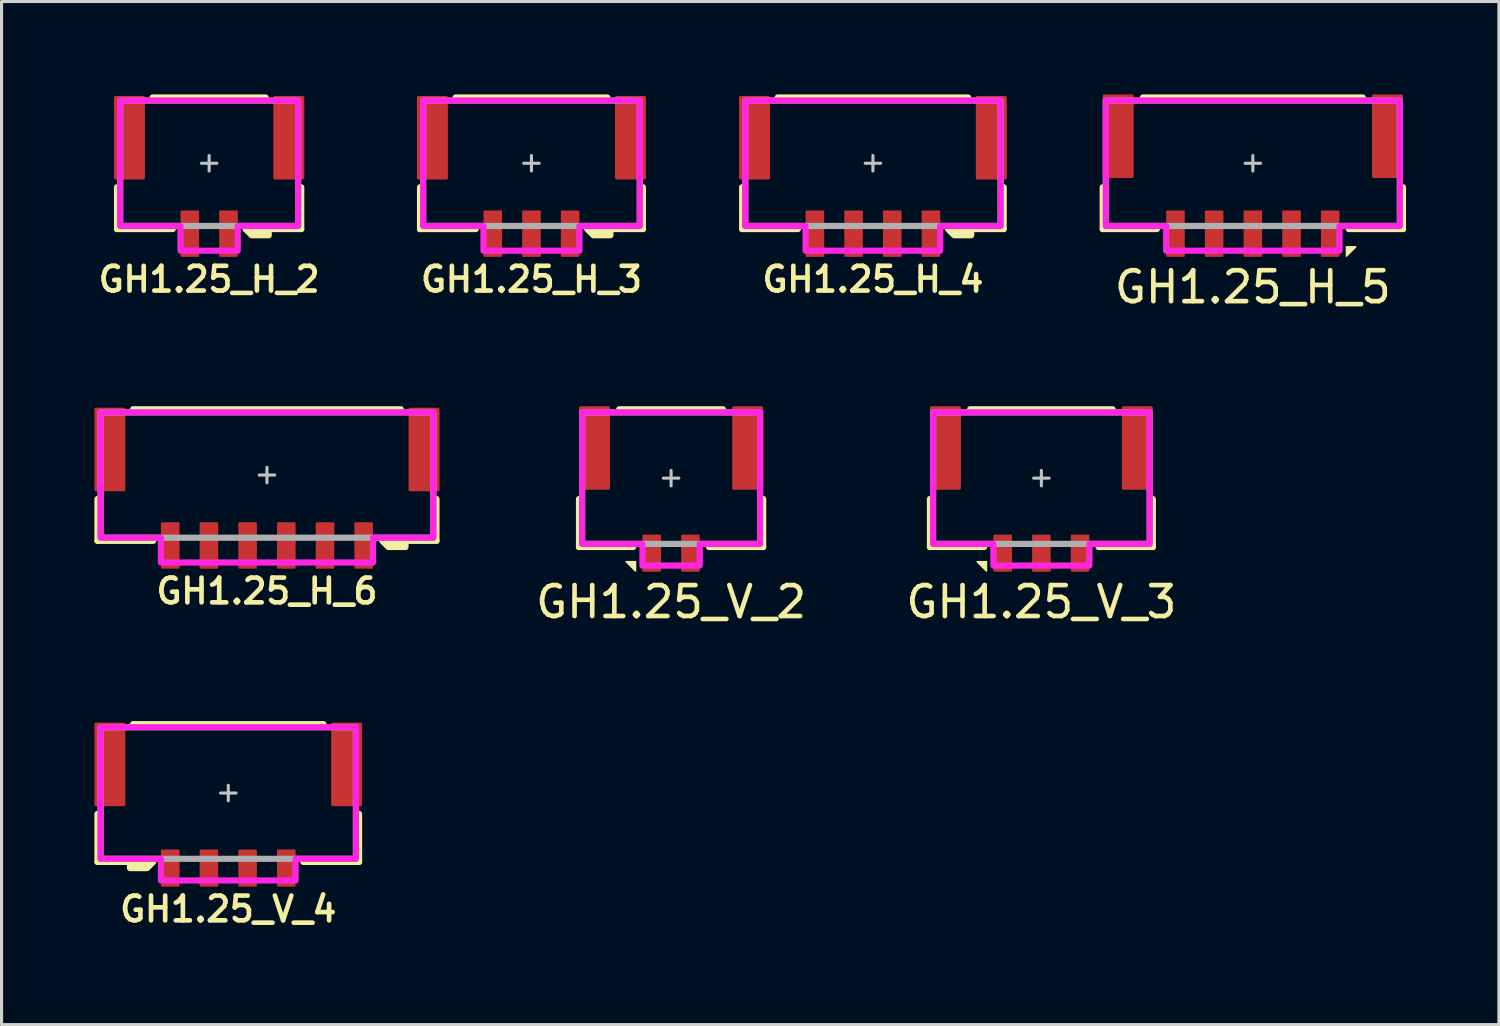
<source format=kicad_pcb>
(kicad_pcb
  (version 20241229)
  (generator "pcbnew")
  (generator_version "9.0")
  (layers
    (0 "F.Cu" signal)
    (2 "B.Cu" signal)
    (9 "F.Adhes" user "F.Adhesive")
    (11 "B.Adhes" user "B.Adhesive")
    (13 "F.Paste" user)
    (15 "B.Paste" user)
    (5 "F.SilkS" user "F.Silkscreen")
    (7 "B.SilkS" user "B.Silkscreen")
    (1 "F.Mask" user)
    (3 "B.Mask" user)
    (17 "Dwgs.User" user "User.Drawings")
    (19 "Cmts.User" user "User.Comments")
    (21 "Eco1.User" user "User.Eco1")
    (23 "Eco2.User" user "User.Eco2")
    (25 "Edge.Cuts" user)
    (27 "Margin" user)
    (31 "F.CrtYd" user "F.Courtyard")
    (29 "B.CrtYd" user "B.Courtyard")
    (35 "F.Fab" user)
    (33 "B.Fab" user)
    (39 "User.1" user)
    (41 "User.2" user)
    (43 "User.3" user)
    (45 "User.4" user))
  (footprint "GH1.25_H_4"
    (layer "F.Cu")
    (at 25.153 2.225)
    (property "Reference" "GH1.25_H_4" (at 0 3.75 0) (unlocked yes) (layer "F.SilkS") (effects (font (size 0.8 0.8) (thickness 0.15))))
    (attr smd)
    (fp_line (start -4.225 2.125) (end -4.225 0.775) (stroke (width 0.2) (type solid)) (layer "F.SilkS"))
    (fp_line (start -3.075 -2.125) (end 3.075 -2.125) (stroke (width 0.2) (type solid)) (layer "F.SilkS"))
    (fp_line (start -2.425 2.125) (end -4.225 2.125) (stroke (width 0.2) (type solid)) (layer "F.SilkS"))
    (fp_line (start 3.175 2.125) (end 4.225 2.125) (stroke (width 0.2) (type solid)) (layer "F.SilkS"))
    (fp_line (start 4.225 2.125) (end 4.225 0.775) (stroke (width 0.2) (type solid)) (layer "F.SilkS"))
    (fp_poly (pts (xy 2.425 2.125) (xy 2.625 2.325) (xy 3.175 2.325) (xy 3.175 2.125)) (stroke (width 0.2) (type solid)) (fill yes) (layer "F.SilkS"))
    (fp_line (start -0.25 0) (end 0.25 0) (stroke (width 0.1) (type solid)) (layer "Dwgs.User"))
    (fp_line (start 0 -0.25) (end 0 0.25) (stroke (width 0.1) (type solid)) (layer "Dwgs.User"))
    (fp_poly (pts (xy 4.125 2.025) (xy 2.175 2.025) (xy 2.175 2.825) (xy -2.175 2.825) (xy -2.175 2.025) (xy -4.125 2.025) (xy -4.125 -2.025) (xy 4.125 -2.025)) (stroke (width 0.2) (type solid)) (fill no) (layer "F.CrtYd"))
    (fp_rect (start -4.125 -2.025) (end 4.125 2.025) (stroke (width 0.2) (type solid)) (fill no) (layer "F.Fab"))
    (pad "1" smd roundrect (at 1.875 2.275 90) (size 1.5 0.6) (layers "F.Cu" "F.Mask" "F.Paste") (roundrect_rratio 0.05))
    (pad "2" smd roundrect (at 0.625 2.275 90) (size 1.5 0.6) (layers "F.Cu" "F.Mask" "F.Paste") (roundrect_rratio 0.05))
    (pad "3" smd roundrect (at -0.625 2.275 90) (size 1.5 0.6) (layers "F.Cu" "F.Mask" "F.Paste") (roundrect_rratio 0.05))
    (pad "4" smd roundrect (at -1.875 2.275 90) (size 1.5 0.6) (layers "F.Cu" "F.Mask" "F.Paste") (roundrect_rratio 0.05))
    (pad "SHELL" smd roundrect (at -3.825 -0.825 270) (size 2.7 1) (layers "F.Cu" "F.Mask" "F.Paste") (roundrect_rratio 0.05))
    (pad "SHELL" smd roundrect (at 3.825 -0.825 90) (size 2.7 1) (layers "F.Cu" "F.Mask" "F.Paste") (roundrect_rratio 0.05)))
  (footprint "GH1.25_V_3"
    (layer "F.Cu")
    (at 30.596 12.398)
    (property "Reference" "GH1.25_V_3" (at 0 4 0) (unlocked yes) (layer "F.SilkS") (effects (font (size 1 1) (thickness 0.15))))
    (attr smd)
    (fp_line (start -3.6 2.225) (end -3.6 0.675) (stroke (width 0.2) (type solid)) (layer "F.SilkS"))
    (fp_line (start -1.85 2.225) (end -3.6 2.225) (stroke (width 0.2) (type solid)) (layer "F.SilkS"))
    (fp_line (start 1.85 2.225) (end 3.6 2.225) (stroke (width 0.2) (type solid)) (layer "F.SilkS"))
    (fp_line (start 2.3 -2.225) (end -2.3 -2.225) (stroke (width 0.2) (type solid)) (layer "F.SilkS"))
    (fp_line (start 3.6 2.225) (end 3.6 0.675) (stroke (width 0.2) (type solid)) (layer "F.SilkS"))
    (fp_poly (pts (xy -1.775 3) (xy -1.775 2.7) (xy -2.075 2.7)) (stroke (width 0.05) (type solid)) (fill yes) (layer "F.SilkS"))
    (fp_line (start 0 -0.25) (end 0 0.25) (stroke (width 0.1) (type solid)) (layer "Dwgs.User"))
    (fp_line (start 0.25 0) (end -0.25 0) (stroke (width 0.1) (type solid)) (layer "Dwgs.User"))
    (fp_poly (pts (xy -3.5 2.125) (xy -1.55 2.125) (xy -1.55 2.825) (xy 1.55 2.825) (xy 1.55 2.125) (xy 3.5 2.125) (xy 3.5 -2.125) (xy -3.5 -2.125)) (stroke (width 0.2) (type solid)) (fill no) (layer "F.CrtYd"))
    (fp_rect (start 3.5 -2.125) (end -3.5 2.125) (stroke (width 0.2) (type solid)) (fill no) (layer "F.Fab"))
    (pad "1" smd roundrect (at -1.25 2.425 270) (size 1.2 0.6) (layers "F.Cu" "F.Mask" "F.Paste") (roundrect_rratio 0.05))
    (pad "2" smd roundrect (at 0 2.425 270) (size 1.2 0.6) (layers "F.Cu" "F.Mask" "F.Paste") (roundrect_rratio 0.05))
    (pad "3" smd roundrect (at 1.25 2.425 270) (size 1.2 0.6) (layers "F.Cu" "F.Mask" "F.Paste") (roundrect_rratio 0.05))
    (pad "MP" smd roundrect (at -3.1 -0.975 270) (size 2.7 1) (layers "F.Cu" "F.Mask" "F.Paste") (roundrect_rratio 0.05))
    (pad "MP" smd roundrect (at 3.1 -0.975 270) (size 2.7 1) (layers "F.Cu" "F.Mask" "F.Paste") (roundrect_rratio 0.05)))
  (footprint "GH1.25_H_3"
    (layer "F.Cu")
    (at 14.121 2.225)
    (property "Reference" "GH1.25_H_3" (at 0 3.75 0) (unlocked yes) (layer "F.SilkS") (effects (font (size 0.8 0.8) (thickness 0.15))))
    (attr smd)
    (fp_line (start -3.6 2.125) (end -3.6 0.775) (stroke (width 0.2) (type solid)) (layer "F.SilkS"))
    (fp_line (start -2.45 -2.125) (end 2.45 -2.125) (stroke (width 0.2) (type solid)) (layer "F.SilkS"))
    (fp_line (start -1.8 2.125) (end -3.6 2.125) (stroke (width 0.2) (type solid)) (layer "F.SilkS"))
    (fp_line (start 2.55 2.125) (end 3.6 2.125) (stroke (width 0.2) (type solid)) (layer "F.SilkS"))
    (fp_line (start 3.6 2.125) (end 3.6 0.775) (stroke (width 0.2) (type solid)) (layer "F.SilkS"))
    (fp_poly (pts (xy 1.8 2.125) (xy 2 2.325) (xy 2.55 2.325) (xy 2.55 2.125)) (stroke (width 0.2) (type solid)) (fill yes) (layer "F.SilkS"))
    (fp_line (start -0.25 0) (end 0.25 0) (stroke (width 0.1) (type solid)) (layer "Dwgs.User"))
    (fp_line (start 0 -0.25) (end 0 0.25) (stroke (width 0.1) (type solid)) (layer "Dwgs.User"))
    (fp_poly (pts (xy 3.5 2.025) (xy 1.55 2.025) (xy 1.55 2.825) (xy -1.55 2.825) (xy -1.55 2.025) (xy -3.5 2.025) (xy -3.5 -2.025) (xy 3.5 -2.025)) (stroke (width 0.2) (type solid)) (fill no) (layer "F.CrtYd"))
    (fp_rect (start -3.5 -2.025) (end 3.5 2.025) (stroke (width 0.2) (type solid)) (fill no) (layer "F.Fab"))
    (pad "1" smd roundrect (at 1.25 2.275 90) (size 1.5 0.6) (layers "F.Cu" "F.Mask" "F.Paste") (roundrect_rratio 0.05))
    (pad "2" smd roundrect (at 0 2.275 90) (size 1.5 0.6) (layers "F.Cu" "F.Mask" "F.Paste") (roundrect_rratio 0.05))
    (pad "3" smd roundrect (at -1.25 2.275 90) (size 1.5 0.6) (layers "F.Cu" "F.Mask" "F.Paste") (roundrect_rratio 0.05))
    (pad "SHELL" smd roundrect (at -3.2 -0.825 90) (size 2.7 1) (layers "F.Cu" "F.Mask" "F.Paste") (roundrect_rratio 0.05))
    (pad "SHELL" smd roundrect (at 3.2 -0.825 90) (size 2.7 1) (layers "F.Cu" "F.Mask" "F.Paste") (roundrect_rratio 0.05)))
  (footprint "GH1.25_V_2"
    (layer "F.Cu")
    (at 18.632 12.398)
    (property "Reference" "GH1.25_V_2" (at 0 4 0) (unlocked yes) (layer "F.SilkS") (effects (font (size 1 1) (thickness 0.15))))
    (attr smd)
    (fp_line (start -2.975 2.225) (end -2.975 0.675) (stroke (width 0.2) (type solid)) (layer "F.SilkS"))
    (fp_line (start -1.225 2.225) (end -2.975 2.225) (stroke (width 0.2) (type solid)) (layer "F.SilkS"))
    (fp_line (start 1.225 2.225) (end 2.975 2.225) (stroke (width 0.2) (type solid)) (layer "F.SilkS"))
    (fp_line (start 1.675 -2.225) (end -1.675 -2.225) (stroke (width 0.2) (type solid)) (layer "F.SilkS"))
    (fp_line (start 2.975 2.225) (end 2.975 0.675) (stroke (width 0.2) (type solid)) (layer "F.SilkS"))
    (fp_poly (pts (xy -1.15 3) (xy -1.15 2.7) (xy -1.45 2.7)) (stroke (width 0.05) (type solid)) (fill yes) (layer "F.SilkS"))
    (fp_line (start 0 -0.25) (end 0 0.25) (stroke (width 0.1) (type solid)) (layer "Dwgs.User"))
    (fp_line (start 0.25 0) (end -0.25 0) (stroke (width 0.1) (type solid)) (layer "Dwgs.User"))
    (fp_poly (pts (xy -2.875 2.125) (xy -0.925 2.125) (xy -0.925 2.825) (xy 0.925 2.825) (xy 0.925 2.125) (xy 2.875 2.125) (xy 2.875 -2.125) (xy -2.875 -2.125)) (stroke (width 0.2) (type solid)) (fill no) (layer "F.CrtYd"))
    (fp_rect (start 2.875 -2.125) (end -2.875 2.125) (stroke (width 0.2) (type solid)) (fill no) (layer "F.Fab"))
    (pad "1" smd roundrect (at -0.625 2.425 270) (size 1.2 0.6) (layers "F.Cu" "F.Mask" "F.Paste") (roundrect_rratio 0.05))
    (pad "2" smd roundrect (at 0.625 2.425 270) (size 1.2 0.6) (layers "F.Cu" "F.Mask" "F.Paste") (roundrect_rratio 0.05))
    (pad "MP" smd roundrect (at -2.475 -0.975 270) (size 2.7 1) (layers "F.Cu" "F.Mask" "F.Paste") (roundrect_rratio 0.05))
    (pad "MP" smd roundrect (at 2.475 -0.975 270) (size 2.7 1) (layers "F.Cu" "F.Mask" "F.Paste") (roundrect_rratio 0.05)))
  (footprint "GH1.25_H_6"
    (layer "F.Cu")
    (at 5.575 12.298)
    (property "Reference" "GH1.25_H_6" (at 0 3.75 0) (unlocked yes) (layer "F.SilkS") (effects (font (size 0.8 0.8) (thickness 0.15))))
    (attr smd)
    (fp_line (start -5.475 2.125) (end -5.475 0.775) (stroke (width 0.2) (type solid)) (layer "F.SilkS"))
    (fp_line (start -4.325 -2.125) (end 4.325 -2.125) (stroke (width 0.2) (type solid)) (layer "F.SilkS"))
    (fp_line (start -3.675 2.125) (end -5.475 2.125) (stroke (width 0.2) (type solid)) (layer "F.SilkS"))
    (fp_line (start 4.475 2.125) (end 5.475 2.125) (stroke (width 0.2) (type solid)) (layer "F.SilkS"))
    (fp_line (start 5.475 2.125) (end 5.475 0.775) (stroke (width 0.2) (type solid)) (layer "F.SilkS"))
    (fp_poly (pts (xy 3.725 2.125) (xy 3.925 2.325) (xy 4.475 2.325) (xy 4.475 2.125)) (stroke (width 0.2) (type solid)) (fill yes) (layer "F.SilkS"))
    (fp_line (start -0.25 0) (end 0.25 0) (stroke (width 0.1) (type solid)) (layer "Dwgs.User"))
    (fp_line (start 0 -0.25) (end 0 0.25) (stroke (width 0.1) (type solid)) (layer "Dwgs.User"))
    (fp_poly (pts (xy 5.375 2.025) (xy 3.425 2.025) (xy 3.425 2.825) (xy -3.425 2.825) (xy -3.425 2.025) (xy -5.375 2.025) (xy -5.375 -2.025) (xy 5.375 -2.025)) (stroke (width 0.2) (type solid)) (fill no) (layer "F.CrtYd"))
    (fp_rect (start -5.375 -2.025) (end 5.375 2.025) (stroke (width 0.2) (type solid)) (fill no) (layer "F.Fab"))
    (pad "1" smd roundrect (at 3.125 2.275 90) (size 1.5 0.6) (layers "F.Cu" "F.Mask" "F.Paste") (roundrect_rratio 0.05))
    (pad "2" smd roundrect (at 1.875 2.275 90) (size 1.5 0.6) (layers "F.Cu" "F.Mask" "F.Paste") (roundrect_rratio 0.05))
    (pad "3" smd roundrect (at 0.625 2.275 90) (size 1.5 0.6) (layers "F.Cu" "F.Mask" "F.Paste") (roundrect_rratio 0.05))
    (pad "4" smd roundrect (at -0.625 2.275 90) (size 1.5 0.6) (layers "F.Cu" "F.Mask" "F.Paste") (roundrect_rratio 0.05))
    (pad "5" smd roundrect (at -1.875 2.275 90) (size 1.5 0.6) (layers "F.Cu" "F.Mask" "F.Paste") (roundrect_rratio 0.05))
    (pad "6" smd roundrect (at -3.125 2.275 90) (size 1.5 0.6) (layers "F.Cu" "F.Mask" "F.Paste") (roundrect_rratio 0.05))
    (pad "SHELL" smd roundrect (at -5.075 -0.825 270) (size 2.7 1) (layers "F.Cu" "F.Mask" "F.Paste") (roundrect_rratio 0.05))
    (pad "SHELL" smd roundrect (at 5.075 -0.825 90) (size 2.7 1) (layers "F.Cu" "F.Mask" "F.Paste") (roundrect_rratio 0.05)))
  (footprint "GH1.25_H_5"
    (layer "F.Cu")
    (at 37.428 2.225)
    (property "Reference" "GH1.25_H_5" (at 0 4 0) (unlocked yes) (layer "F.SilkS") (effects (font (size 1 1) (thickness 0.15))))
    (attr smd)
    (fp_line (start -4.85 2.125) (end -4.85 0.775) (stroke (width 0.2) (type solid)) (layer "F.SilkS"))
    (fp_line (start -3.55 -2.125) (end 3.55 -2.125) (stroke (width 0.2) (type solid)) (layer "F.SilkS"))
    (fp_line (start -3.1 2.125) (end -4.85 2.125) (stroke (width 0.2) (type solid)) (layer "F.SilkS"))
    (fp_line (start 3.1 2.125) (end 4.85 2.125) (stroke (width 0.2) (type solid)) (layer "F.SilkS"))
    (fp_line (start 4.85 2.125) (end 4.85 0.775) (stroke (width 0.2) (type solid)) (layer "F.SilkS"))
    (fp_poly (pts (xy 3.025 3) (xy 3.025 2.7) (xy 3.325 2.7)) (stroke (width 0.05) (type solid)) (fill yes) (layer "F.SilkS"))
    (fp_line (start -0.25 0) (end 0.25 0) (stroke (width 0.1) (type solid)) (layer "Dwgs.User"))
    (fp_line (start 0 -0.25) (end 0 0.25) (stroke (width 0.1) (type solid)) (layer "Dwgs.User"))
    (fp_poly (pts (xy 4.75 2.025) (xy 2.8 2.025) (xy 2.8 2.825) (xy -2.8 2.825) (xy -2.8 2.025) (xy -4.75 2.025) (xy -4.75 -2.025) (xy 4.75 -2.025)) (stroke (width 0.2) (type solid)) (fill no) (layer "F.CrtYd"))
    (fp_rect (start -4.75 -2.025) (end 4.75 2.025) (stroke (width 0.2) (type solid)) (fill no) (layer "F.Fab"))
    (pad "1" smd roundrect (at 2.5 2.275 90) (size 1.5 0.6) (layers "F.Cu" "F.Mask" "F.Paste") (roundrect_rratio 0.05))
    (pad "2" smd roundrect (at 1.25 2.275 90) (size 1.5 0.6) (layers "F.Cu" "F.Mask" "F.Paste") (roundrect_rratio 0.05))
    (pad "3" smd roundrect (at 0 2.275 90) (size 1.5 0.6) (layers "F.Cu" "F.Mask" "F.Paste") (roundrect_rratio 0.05))
    (pad "4" smd roundrect (at -1.25 2.275 90) (size 1.5 0.6) (layers "F.Cu" "F.Mask" "F.Paste") (roundrect_rratio 0.05))
    (pad "5" smd roundrect (at -2.5 2.275 90) (size 1.5 0.6) (layers "F.Cu" "F.Mask" "F.Paste") (roundrect_rratio 0.05))
    (pad "MP" smd roundrect (at -4.35 -0.875 270) (size 2.7 1) (layers "F.Cu" "F.Mask" "F.Paste") (roundrect_rratio 0.05))
    (pad "MP" smd roundrect (at 4.35 -0.875 90) (size 2.7 1) (layers "F.Cu" "F.Mask" "F.Paste") (roundrect_rratio 0.05)))
  (footprint "GH1.25_V_4"
    (layer "F.Cu")
    (at 4.325 22.572)
    (property "Reference" "GH1.25_V_4" (at 0 3.75 0) (unlocked yes) (layer "F.SilkS") (effects (font (size 0.8 0.8) (thickness 0.15))))
    (attr smd)
    (fp_line (start -4.225 2.225) (end -4.225 0.675) (stroke (width 0.2) (type solid)) (layer "F.SilkS"))
    (fp_line (start -3.175 2.225) (end -4.225 2.225) (stroke (width 0.2) (type solid)) (layer "F.SilkS"))
    (fp_line (start 2.425 2.225) (end 4.225 2.225) (stroke (width 0.2) (type solid)) (layer "F.SilkS"))
    (fp_line (start 3.075 -2.225) (end -3.075 -2.225) (stroke (width 0.2) (type solid)) (layer "F.SilkS"))
    (fp_line (start 4.225 2.225) (end 4.225 0.675) (stroke (width 0.2) (type solid)) (layer "F.SilkS"))
    (fp_poly (pts (xy -2.425 2.225) (xy -2.625 2.425) (xy -3.175 2.425) (xy -3.175 2.225)) (stroke (width 0.2) (type solid)) (fill yes) (layer "F.SilkS"))
    (fp_line (start 0 -0.25) (end 0 0.25) (stroke (width 0.1) (type solid)) (layer "Dwgs.User"))
    (fp_line (start 0.25 0) (end -0.25 0) (stroke (width 0.1) (type solid)) (layer "Dwgs.User"))
    (fp_poly (pts (xy -4.125 2.125) (xy -2.175 2.125) (xy -2.175 2.825) (xy 2.175 2.825) (xy 2.175 2.125) (xy 4.125 2.125) (xy 4.125 -2.125) (xy -4.125 -2.125)) (stroke (width 0.2) (type solid)) (fill no) (layer "F.CrtYd"))
    (fp_rect (start 4.125 -2.125) (end -4.125 2.125) (stroke (width 0.2) (type solid)) (fill no) (layer "F.Fab"))
    (pad "1" smd roundrect (at -1.875 2.425 270) (size 1.2 0.6) (layers "F.Cu" "F.Mask" "F.Paste") (roundrect_rratio 0.05))
    (pad "2" smd roundrect (at -0.625 2.425 270) (size 1.2 0.6) (layers "F.Cu" "F.Mask" "F.Paste") (roundrect_rratio 0.05))
    (pad "3" smd roundrect (at 0.625 2.425 270) (size 1.2 0.6) (layers "F.Cu" "F.Mask" "F.Paste") (roundrect_rratio 0.05))
    (pad "4" smd roundrect (at 1.875 2.424 270) (size 1.2 0.6) (layers "F.Cu" "F.Mask" "F.Paste") (roundrect_rratio 0.05))
    (pad "SHELL" smd roundrect (at -3.825 -0.925 270) (size 2.7 1) (layers "F.Cu" "F.Mask" "F.Paste") (roundrect_rratio 0.05))
    (pad "SHELL" smd roundrect (at 3.825 -0.925 270) (size 2.7 1) (layers "F.Cu" "F.Mask" "F.Paste") (roundrect_rratio 0.05)))
  (footprint "GH1.25_H_2"
    (layer "F.Cu")
    (at 3.707 2.225)
    (property "Reference" "GH1.25_H_2" (at 0 3.75 0) (unlocked yes) (layer "F.SilkS") (effects (font (size 0.8 0.8) (thickness 0.15))))
    (attr smd)
    (fp_line (start -2.975 2.125) (end -2.975 0.775) (stroke (width 0.2) (type solid)) (layer "F.SilkS"))
    (fp_line (start -1.825 -2.125) (end 1.825 -2.125) (stroke (width 0.2) (type solid)) (layer "F.SilkS"))
    (fp_line (start -1.175 2.125) (end -2.975 2.125) (stroke (width 0.2) (type solid)) (layer "F.SilkS"))
    (fp_line (start 1.925 2.125) (end 2.975 2.125) (stroke (width 0.2) (type solid)) (layer "F.SilkS"))
    (fp_line (start 2.975 2.125) (end 2.975 0.775) (stroke (width 0.2) (type solid)) (layer "F.SilkS"))
    (fp_poly (pts (xy 1.175 2.125) (xy 1.375 2.325) (xy 1.925 2.325) (xy 1.925 2.125)) (stroke (width 0.2) (type solid)) (fill yes) (layer "F.SilkS"))
    (fp_line (start -0.25 0) (end 0.25 0) (stroke (width 0.1) (type solid)) (layer "Dwgs.User"))
    (fp_line (start 0 -0.25) (end 0 0.25) (stroke (width 0.1) (type solid)) (layer "Dwgs.User"))
    (fp_poly (pts (xy 2.875 2.025) (xy 0.925 2.025) (xy 0.925 2.825) (xy -0.925 2.825) (xy -0.925 2.025) (xy -2.875 2.025) (xy -2.875 -2.025) (xy 2.875 -2.025)) (stroke (width 0.2) (type solid)) (fill no) (layer "F.CrtYd"))
    (fp_rect (start -2.875 -2.025) (end 2.875 2.025) (stroke (width 0.2) (type solid)) (fill no) (layer "F.Fab"))
    (pad "1" smd roundrect (at 0.625 2.275 90) (size 1.5 0.6) (layers "F.Cu" "F.Mask" "F.Paste") (roundrect_rratio 0.05))
    (pad "2" smd roundrect (at -0.625 2.275 90) (size 1.5 0.6) (layers "F.Cu" "F.Mask" "F.Paste") (roundrect_rratio 0.05))
    (pad "SHELL" smd roundrect (at -2.575 -0.825 90) (size 2.7 1) (layers "F.Cu" "F.Mask" "F.Paste") (roundrect_rratio 0.05))
    (pad "SHELL" smd roundrect (at 2.575 -0.825 90) (size 2.7 1) (layers "F.Cu" "F.Mask" "F.Paste") (roundrect_rratio 0.05)))
  (gr_rect
    (start -3 -3)
    (end 45.378 30.053)
    (stroke (width 0.1) (type default))
    (fill no)
    (layer "Edge.Cuts")))
</source>
